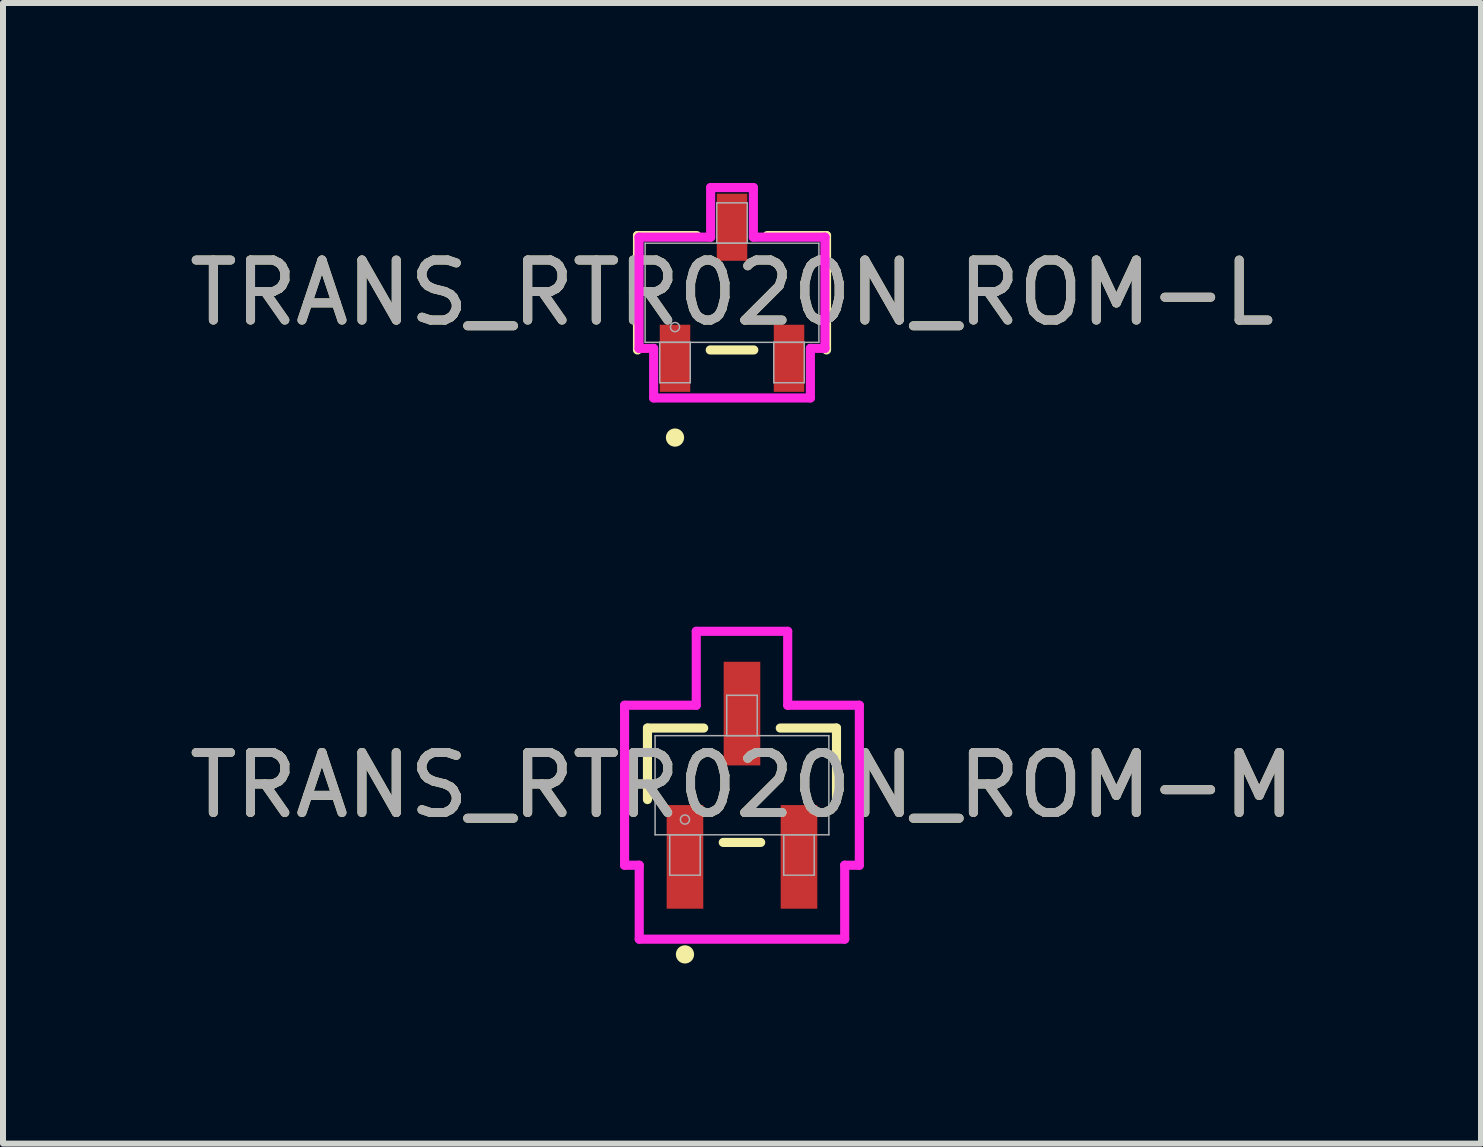
<source format=kicad_pcb>
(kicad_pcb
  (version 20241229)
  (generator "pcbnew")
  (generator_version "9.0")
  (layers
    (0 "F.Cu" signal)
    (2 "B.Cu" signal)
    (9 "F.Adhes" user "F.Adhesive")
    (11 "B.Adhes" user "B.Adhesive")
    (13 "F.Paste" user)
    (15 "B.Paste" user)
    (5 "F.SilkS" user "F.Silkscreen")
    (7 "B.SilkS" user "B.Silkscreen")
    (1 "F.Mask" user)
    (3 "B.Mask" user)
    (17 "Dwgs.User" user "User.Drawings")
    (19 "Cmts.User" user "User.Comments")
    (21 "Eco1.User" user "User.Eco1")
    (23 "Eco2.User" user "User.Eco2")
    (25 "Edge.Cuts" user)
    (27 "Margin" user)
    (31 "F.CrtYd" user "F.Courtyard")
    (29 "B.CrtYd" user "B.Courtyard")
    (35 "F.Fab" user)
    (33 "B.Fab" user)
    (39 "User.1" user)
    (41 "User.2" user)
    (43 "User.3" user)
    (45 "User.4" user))
  (footprint "TRANS_RTR020N_ROM-L"
    (layer "F.Cu")
    (at 9.149 1.829)
    (property "Reference" "TRANS_RTR020N_ROM-L" (at 0 0 0) (unlocked yes) (layer "F.SilkS") (effects (font (size 1 1) (thickness 0.15))))
    (attr smd)
    (fp_line (start -1.575 -0.953) (end -1.575 0.953) (stroke (width 0.152) (type solid)) (layer "F.SilkS"))
    (fp_line (start -0.587 -0.953) (end -1.575 -0.953) (stroke (width 0.152) (type solid)) (layer "F.SilkS"))
    (fp_line (start -0.363 0.953) (end 0.363 0.953) (stroke (width 0.152) (type solid)) (layer "F.SilkS"))
    (fp_line (start 1.575 -0.953) (end 0.587 -0.953) (stroke (width 0.152) (type solid)) (layer "F.SilkS"))
    (fp_line (start 1.575 0.953) (end 1.575 -0.953) (stroke (width 0.152) (type solid)) (layer "F.SilkS"))
    (fp_circle (center -0.95 2.413) (end -0.874 2.413) (stroke (width 0.152) (type solid)) (fill no) (layer "F.SilkS"))
    (fp_line (start -1.549 -0.927) (end -0.356 -0.927) (stroke (width 0.152) (type solid)) (layer "F.CrtYd"))
    (fp_line (start -1.549 0.927) (end -1.549 -0.927) (stroke (width 0.152) (type solid)) (layer "F.CrtYd"))
    (fp_line (start -1.549 0.927) (end -1.306 0.927) (stroke (width 0.152) (type solid)) (layer "F.CrtYd"))
    (fp_line (start -1.306 0.927) (end -1.306 1.753) (stroke (width 0.152) (type solid)) (layer "F.CrtYd"))
    (fp_line (start -1.306 1.753) (end 1.306 1.753) (stroke (width 0.152) (type solid)) (layer "F.CrtYd"))
    (fp_line (start -0.356 -1.753) (end 0.356 -1.753) (stroke (width 0.152) (type solid)) (layer "F.CrtYd"))
    (fp_line (start -0.356 -0.927) (end -0.356 -1.753) (stroke (width 0.152) (type solid)) (layer "F.CrtYd"))
    (fp_line (start 0.356 -0.927) (end 0.356 -1.753) (stroke (width 0.152) (type solid)) (layer "F.CrtYd"))
    (fp_line (start 1.306 0.927) (end 1.306 1.753) (stroke (width 0.152) (type solid)) (layer "F.CrtYd"))
    (fp_line (start 1.549 -0.927) (end 0.356 -0.927) (stroke (width 0.152) (type solid)) (layer "F.CrtYd"))
    (fp_line (start 1.549 -0.927) (end 1.549 0.927) (stroke (width 0.152) (type solid)) (layer "F.CrtYd"))
    (fp_line (start 1.549 0.927) (end 1.306 0.927) (stroke (width 0.152) (type solid)) (layer "F.CrtYd"))
    (fp_line (start -1.448 -0.826) (end -1.448 0.826) (stroke (width 0.025) (type solid)) (layer "F.Fab"))
    (fp_line (start -1.448 0.826) (end 1.448 0.826) (stroke (width 0.025) (type solid)) (layer "F.Fab"))
    (fp_line (start -1.204 0.826) (end -1.204 1.499) (stroke (width 0.025) (type solid)) (layer "F.Fab"))
    (fp_line (start -1.204 1.499) (end -0.696 1.499) (stroke (width 0.025) (type solid)) (layer "F.Fab"))
    (fp_line (start -0.696 0.826) (end -1.204 0.826) (stroke (width 0.025) (type solid)) (layer "F.Fab"))
    (fp_line (start -0.696 1.499) (end -0.696 0.826) (stroke (width 0.025) (type solid)) (layer "F.Fab"))
    (fp_line (start -0.254 -1.499) (end -0.254 -0.826) (stroke (width 0.025) (type solid)) (layer "F.Fab"))
    (fp_line (start -0.254 -0.826) (end 0.254 -0.826) (stroke (width 0.025) (type solid)) (layer "F.Fab"))
    (fp_line (start 0.254 -1.499) (end -0.254 -1.499) (stroke (width 0.025) (type solid)) (layer "F.Fab"))
    (fp_line (start 0.254 -0.826) (end 0.254 -1.499) (stroke (width 0.025) (type solid)) (layer "F.Fab"))
    (fp_line (start 0.696 0.826) (end 0.696 1.499) (stroke (width 0.025) (type solid)) (layer "F.Fab"))
    (fp_line (start 0.696 1.499) (end 1.204 1.499) (stroke (width 0.025) (type solid)) (layer "F.Fab"))
    (fp_line (start 1.204 0.826) (end 0.696 0.826) (stroke (width 0.025) (type solid)) (layer "F.Fab"))
    (fp_line (start 1.204 1.499) (end 1.204 0.826) (stroke (width 0.025) (type solid)) (layer "F.Fab"))
    (fp_line (start 1.448 -0.826) (end -1.448 -0.826) (stroke (width 0.025) (type solid)) (layer "F.Fab"))
    (fp_line (start 1.448 0.826) (end 1.448 -0.826) (stroke (width 0.025) (type solid)) (layer "F.Fab"))
    (fp_circle (center -0.95 0.572) (end -0.874 0.572) (stroke (width 0.025) (type solid)) (fill no) (layer "F.Fab"))
    (fp_text user "${REFERENCE}" (at 0 0 0) (unlocked yes) (layer "F.Fab") (effects (font (size 1 1) (thickness 0.15))))
    (pad "1" smd rect (at -0.95 1.092) (size 0.508 1.118) (layers "F.Cu" "F.Mask" "F.Paste"))
    (pad "2" smd rect (at 0.95 1.092) (size 0.508 1.118) (layers "F.Cu" "F.Mask" "F.Paste"))
    (pad "3" smd rect (at 0 -1.092) (size 0.508 1.118) (layers "F.Cu" "F.Mask" "F.Paste")))
  (footprint "TRANS_RTR020N_ROM-M"
    (layer "F.Cu")
    (at 9.315 10.036)
    (property "Reference" "TRANS_RTR020N_ROM-M" (at 0 0 0) (unlocked yes) (layer "F.SilkS") (effects (font (size 1 1) (thickness 0.15))))
    (attr smd)
    (fp_line (start -1.575 -0.953) (end -1.575 0.239) (stroke (width 0.152) (type solid)) (layer "F.SilkS"))
    (fp_line (start -0.638 -0.953) (end -1.575 -0.953) (stroke (width 0.152) (type solid)) (layer "F.SilkS"))
    (fp_line (start -0.312 0.953) (end 0.312 0.953) (stroke (width 0.152) (type solid)) (layer "F.SilkS"))
    (fp_line (start 1.575 -0.953) (end 0.638 -0.953) (stroke (width 0.152) (type solid)) (layer "F.SilkS"))
    (fp_line (start 1.575 0.239) (end 1.575 -0.953) (stroke (width 0.152) (type solid)) (layer "F.SilkS"))
    (fp_circle (center -0.95 2.819) (end -0.874 2.819) (stroke (width 0.152) (type solid)) (fill no) (layer "F.SilkS"))
    (fp_line (start -1.956 -1.333) (end -0.762 -1.333) (stroke (width 0.152) (type solid)) (layer "F.CrtYd"))
    (fp_line (start -1.956 1.333) (end -1.956 -1.333) (stroke (width 0.152) (type solid)) (layer "F.CrtYd"))
    (fp_line (start -1.956 1.333) (end -1.712 1.333) (stroke (width 0.152) (type solid)) (layer "F.CrtYd"))
    (fp_line (start -1.712 1.333) (end -1.712 2.565) (stroke (width 0.152) (type solid)) (layer "F.CrtYd"))
    (fp_line (start -1.712 2.565) (end 1.712 2.565) (stroke (width 0.152) (type solid)) (layer "F.CrtYd"))
    (fp_line (start -0.762 -2.565) (end 0.762 -2.565) (stroke (width 0.152) (type solid)) (layer "F.CrtYd"))
    (fp_line (start -0.762 -1.333) (end -0.762 -2.565) (stroke (width 0.152) (type solid)) (layer "F.CrtYd"))
    (fp_line (start 0.762 -1.333) (end 0.762 -2.565) (stroke (width 0.152) (type solid)) (layer "F.CrtYd"))
    (fp_line (start 1.712 1.333) (end 1.712 2.565) (stroke (width 0.152) (type solid)) (layer "F.CrtYd"))
    (fp_line (start 1.956 -1.333) (end 0.762 -1.333) (stroke (width 0.152) (type solid)) (layer "F.CrtYd"))
    (fp_line (start 1.956 -1.333) (end 1.956 1.333) (stroke (width 0.152) (type solid)) (layer "F.CrtYd"))
    (fp_line (start 1.956 1.333) (end 1.712 1.333) (stroke (width 0.152) (type solid)) (layer "F.CrtYd"))
    (fp_line (start -1.448 -0.826) (end -1.448 0.826) (stroke (width 0.025) (type solid)) (layer "F.Fab"))
    (fp_line (start -1.448 0.826) (end 1.448 0.826) (stroke (width 0.025) (type solid)) (layer "F.Fab"))
    (fp_line (start -1.204 0.826) (end -1.204 1.499) (stroke (width 0.025) (type solid)) (layer "F.Fab"))
    (fp_line (start -1.204 1.499) (end -0.696 1.499) (stroke (width 0.025) (type solid)) (layer "F.Fab"))
    (fp_line (start -0.696 0.826) (end -1.204 0.826) (stroke (width 0.025) (type solid)) (layer "F.Fab"))
    (fp_line (start -0.696 1.499) (end -0.696 0.826) (stroke (width 0.025) (type solid)) (layer "F.Fab"))
    (fp_line (start -0.254 -1.499) (end -0.254 -0.826) (stroke (width 0.025) (type solid)) (layer "F.Fab"))
    (fp_line (start -0.254 -0.826) (end 0.254 -0.826) (stroke (width 0.025) (type solid)) (layer "F.Fab"))
    (fp_line (start 0.254 -1.499) (end -0.254 -1.499) (stroke (width 0.025) (type solid)) (layer "F.Fab"))
    (fp_line (start 0.254 -0.826) (end 0.254 -1.499) (stroke (width 0.025) (type solid)) (layer "F.Fab"))
    (fp_line (start 0.696 0.826) (end 0.696 1.499) (stroke (width 0.025) (type solid)) (layer "F.Fab"))
    (fp_line (start 0.696 1.499) (end 1.204 1.499) (stroke (width 0.025) (type solid)) (layer "F.Fab"))
    (fp_line (start 1.204 0.826) (end 0.696 0.826) (stroke (width 0.025) (type solid)) (layer "F.Fab"))
    (fp_line (start 1.204 1.499) (end 1.204 0.826) (stroke (width 0.025) (type solid)) (layer "F.Fab"))
    (fp_line (start 1.448 -0.826) (end -1.448 -0.826) (stroke (width 0.025) (type solid)) (layer "F.Fab"))
    (fp_line (start 1.448 0.826) (end 1.448 -0.826) (stroke (width 0.025) (type solid)) (layer "F.Fab"))
    (fp_circle (center -0.95 0.572) (end -0.874 0.572) (stroke (width 0.025) (type solid)) (fill no) (layer "F.Fab"))
    (fp_text user "${REFERENCE}" (at 0 0 0) (unlocked yes) (layer "F.Fab") (effects (font (size 1 1) (thickness 0.15))))
    (pad "1" smd rect (at -0.95 1.194) (size 0.61 1.727) (layers "F.Cu" "F.Mask" "F.Paste"))
    (pad "2" smd rect (at 0.95 1.194) (size 0.61 1.727) (layers "F.Cu" "F.Mask" "F.Paste"))
    (pad "3" smd rect (at 0 -1.194) (size 0.61 1.727) (layers "F.Cu" "F.Mask" "F.Paste")))
  (gr_rect
    (start -3 -3)
    (end 21.631 16.008)
    (stroke (width 0.1) (type default))
    (fill no)
    (layer "Edge.Cuts")))
</source>
